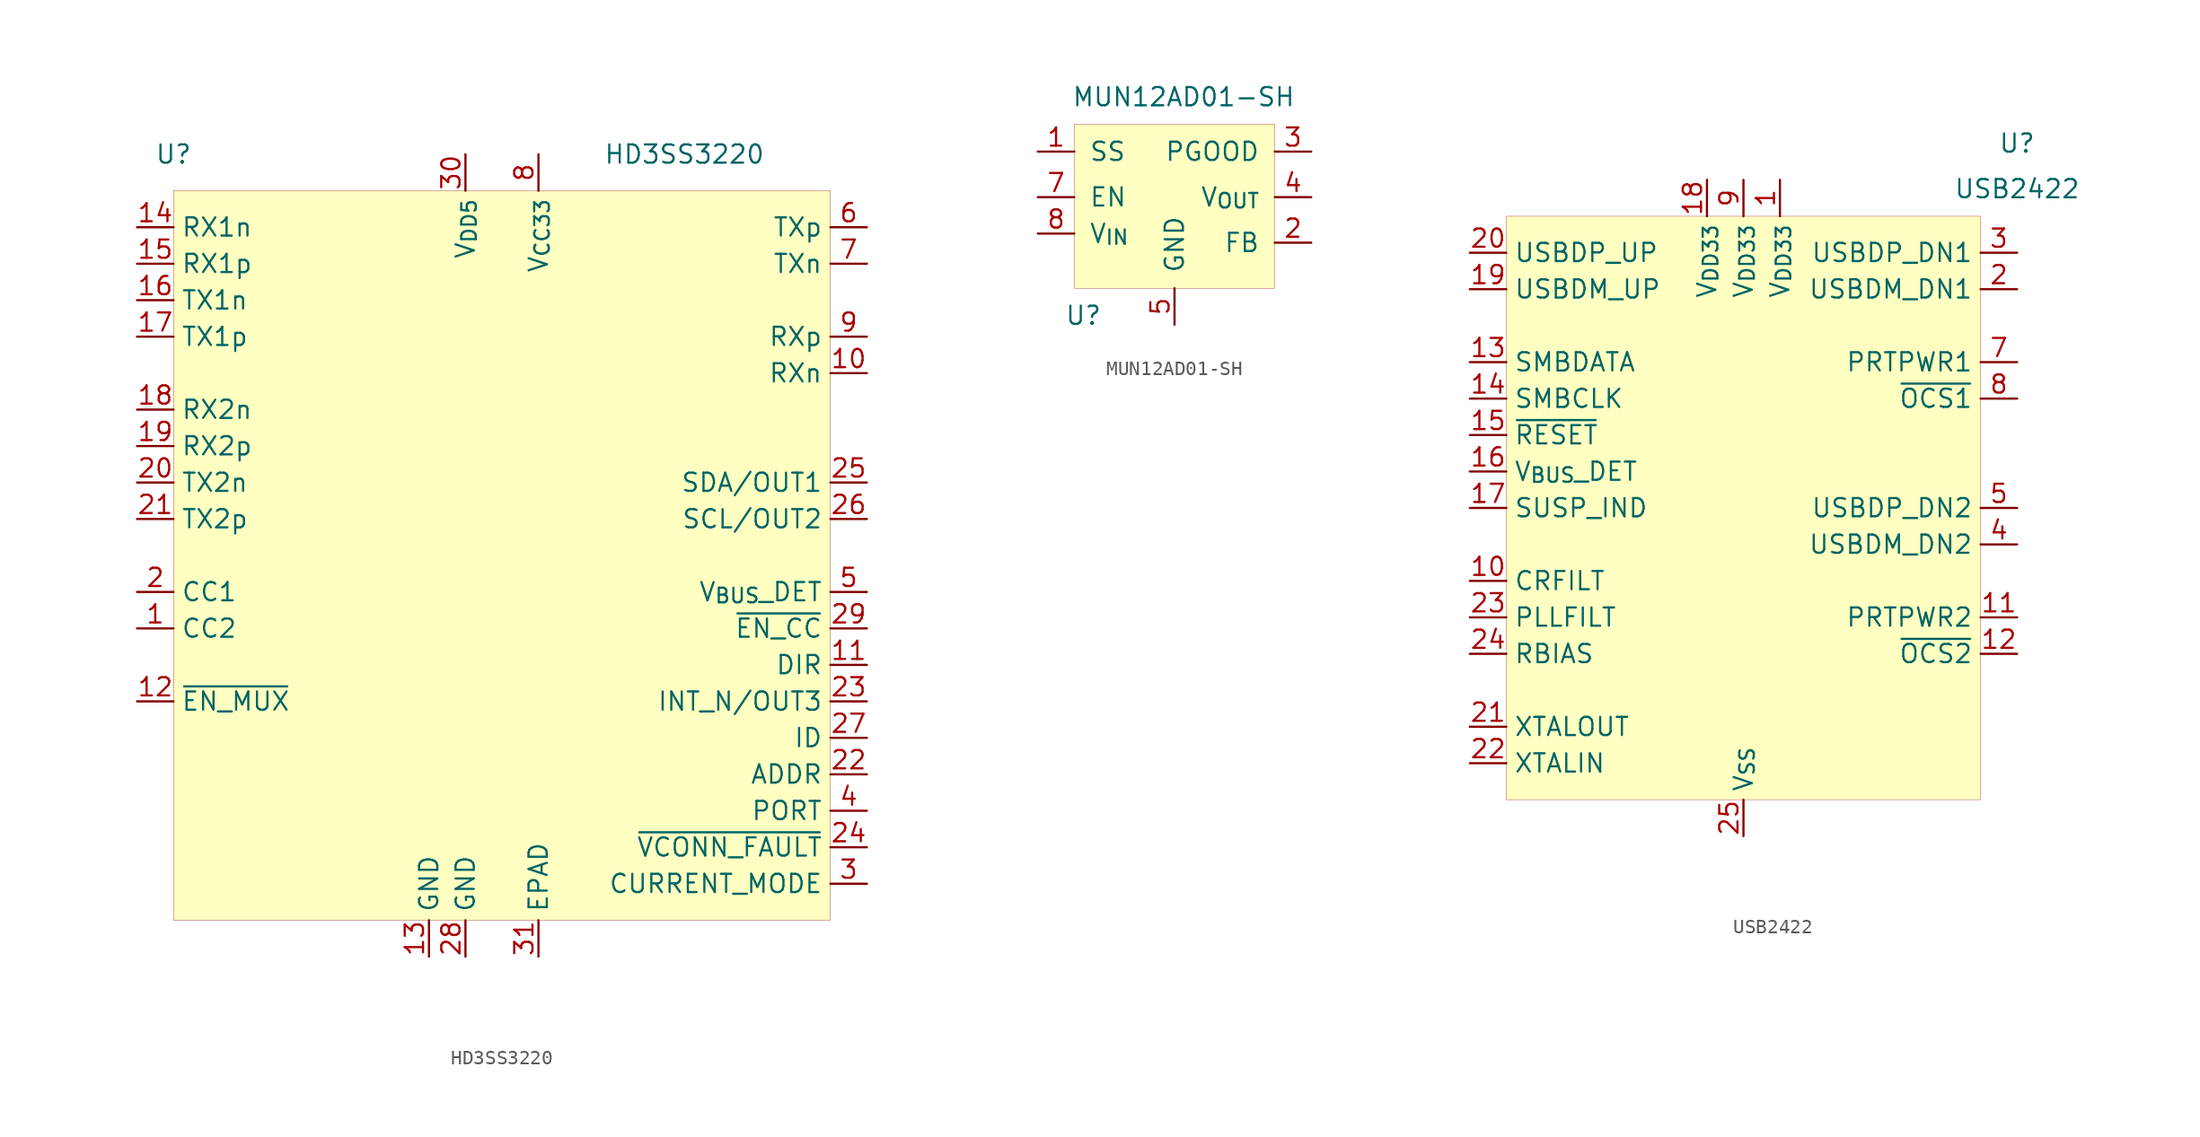
<source format=kicad_sym>
(kicad_symbol_lib
  (version 20220914)
  (generator kicad_symbol_editor)
  (symbol "HD3SS3220"
    (property "Reference" "U"
      (at -22.86 27.94 0)
      (effects (font (size 1.27 1.27))))
    (property "Value" "HD3SS3220"
      (at 12.7 27.94 0)
      (effects (font (size 1.27 1.27))))
    (symbol "HD3SS3220_0_0"
      (pin bidirectional line (at -25.4 -5.08 0) (length 2.54) (name "CC2" (effects (font (size 1.27 1.27)))) (number "1" (effects (font (size 1.27 1.27)))))
      (pin input line (at 25.4 12.7 180) (length 2.54) (name "RXn" (effects (font (size 1.27 1.27)))) (number "10" (effects (font (size 1.27 1.27)))))
      (pin output line (at 25.4 -7.62 180) (length 2.54) (name "DIR" (effects (font (size 1.27 1.27)))) (number "11" (effects (font (size 1.27 1.27)))))
      (pin input line (at -25.4 -10.16 0) (length 2.54) (name "~{EN_MUX}" (effects (font (size 1.27 1.27)))) (number "12" (effects (font (size 1.27 1.27)))))
      (pin power_in line (at -5.08 -27.94 90) (length 2.54) (name "GND" (effects (font (size 1.27 1.27)))) (number "13" (effects (font (size 1.27 1.27)))))
      (pin input line (at -25.4 22.86 0) (length 2.54) (name "RX1n" (effects (font (size 1.27 1.27)))) (number "14" (effects (font (size 1.27 1.27)))))
      (pin input line (at -25.4 20.32 0) (length 2.54) (name "RX1p" (effects (font (size 1.27 1.27)))) (number "15" (effects (font (size 1.27 1.27)))))
      (pin output line (at -25.4 17.78 0) (length 2.54) (name "TX1n" (effects (font (size 1.27 1.27)))) (number "16" (effects (font (size 1.27 1.27)))))
      (pin output line (at -25.4 15.24 0) (length 2.54) (name "TX1p" (effects (font (size 1.27 1.27)))) (number "17" (effects (font (size 1.27 1.27)))))
      (pin input line (at -25.4 10.16 0) (length 2.54) (name "RX2n" (effects (font (size 1.27 1.27)))) (number "18" (effects (font (size 1.27 1.27)))))
      (pin input line (at -25.4 7.62 0) (length 2.54) (name "RX2p" (effects (font (size 1.27 1.27)))) (number "19" (effects (font (size 1.27 1.27)))))
      (pin bidirectional line (at -25.4 -2.54 0) (length 2.54) (name "CC1" (effects (font (size 1.27 1.27)))) (number "2" (effects (font (size 1.27 1.27)))))
      (pin output line (at -25.4 5.08 0) (length 2.54) (name "TX2n" (effects (font (size 1.27 1.27)))) (number "20" (effects (font (size 1.27 1.27)))))
      (pin output line (at -25.4 2.54 0) (length 2.54) (name "TX2p" (effects (font (size 1.27 1.27)))) (number "21" (effects (font (size 1.27 1.27)))))
      (pin input line (at 25.4 -15.24 180) (length 2.54) (name "ADDR" (effects (font (size 1.27 1.27)))) (number "22" (effects (font (size 1.27 1.27)))))
      (pin output line (at 25.4 -10.16 180) (length 2.54) (name "INT_N/OUT3" (effects (font (size 1.27 1.27)))) (number "23" (effects (font (size 1.27 1.27)))))
      (pin output line (at 25.4 -20.32 180) (length 2.54) (name "~{VCONN_FAULT}" (effects (font (size 1.27 1.27)))) (number "24" (effects (font (size 1.27 1.27)))))
      (pin bidirectional line (at 25.4 5.08 180) (length 2.54) (name "SDA/OUT1" (effects (font (size 1.27 1.27)))) (number "25" (effects (font (size 1.27 1.27)))))
      (pin bidirectional line (at 25.4 2.54 180) (length 2.54) (name "SCL/OUT2" (effects (font (size 1.27 1.27)))) (number "26" (effects (font (size 1.27 1.27)))))
      (pin output line (at 25.4 -12.7 180) (length 2.54) (name "ID" (effects (font (size 1.27 1.27)))) (number "27" (effects (font (size 1.27 1.27)))))
      (pin power_in line (at -2.54 -27.94 90) (length 2.54) (name "GND" (effects (font (size 1.27 1.27)))) (number "28" (effects (font (size 1.27 1.27)))))
      (pin input line (at 25.4 -5.08 180) (length 2.54) (name "~{EN_CC}" (effects (font (size 1.27 1.27)))) (number "29" (effects (font (size 1.27 1.27)))))
      (pin input line (at 25.4 -22.86 180) (length 2.54) (name "CURRENT_MODE" (effects (font (size 1.27 1.27)))) (number "3" (effects (font (size 1.27 1.27)))))
      (pin power_in line (at -2.54 27.94 270) (length 2.54) (name "V_{DD5}" (effects (font (size 1.27 1.27)))) (number "30" (effects (font (size 1.27 1.27)))))
      (pin power_in line (at 2.54 -27.94 90) (length 2.54) (name "EPAD" (effects (font (size 1.27 1.27)))) (number "31" (effects (font (size 1.27 1.27)))))
      (pin input line (at 25.4 -17.78 180) (length 2.54) (name "PORT" (effects (font (size 1.27 1.27)))) (number "4" (effects (font (size 1.27 1.27)))))
      (pin output line (at 25.4 -2.54 180) (length 2.54) (name "V_{BUS}_DET" (effects (font (size 1.27 1.27)))) (number "5" (effects (font (size 1.27 1.27)))))
      (pin output line (at 25.4 22.86 180) (length 2.54) (name "TXp" (effects (font (size 1.27 1.27)))) (number "6" (effects (font (size 1.27 1.27)))))
      (pin input line (at 25.4 20.32 180) (length 2.54) (name "TXn" (effects (font (size 1.27 1.27)))) (number "7" (effects (font (size 1.27 1.27)))))
      (pin power_in line (at 2.54 27.94 270) (length 2.54) (name "V_{CC33}" (effects (font (size 1.27 1.27)))) (number "8" (effects (font (size 1.27 1.27)))))
      (pin input line (at 25.4 15.24 180) (length 2.54) (name "RXp" (effects (font (size 1.27 1.27)))) (number "9" (effects (font (size 1.27 1.27))))))
    (symbol "HD3SS3220_0_1"
      (rectangle (start -22.86 25.4) (end 22.86 -25.4) (stroke (width 0.001) (type default)) (fill (type background)))))
  (symbol "MUN12AD01-SH"
    (pin_names
      (offset 1.016))
    (property "Reference" "U"
      (at -6.35 -7.62 0)
      (effects (font (size 1.27 1.27))))
    (property "Value" "MUN12AD01-SH"
      (at 0.635 7.62 0)
      (effects (font (size 1.27 1.27))))
    (symbol "MUN12AD01-SH_0_0"
      (pin input line (at -9.525 3.81 0) (length 2.54) (name "SS" (effects (font (size 1.27 1.27)))) (number "1" (effects (font (size 1.27 1.27)))))
      (pin input line (at 9.525 -2.54 180) (length 2.54) (name "FB" (effects (font (size 1.27 1.27)))) (number "2" (effects (font (size 1.27 1.27)))))
      (pin output line (at 9.525 3.81 180) (length 2.54) (name "PGOOD" (effects (font (size 1.27 1.27)))) (number "3" (effects (font (size 1.27 1.27)))))
      (pin power_out line (at 9.525 0.635 180) (length 2.54) (name "V_{OUT}" (effects (font (size 1.27 1.27)))) (number "4" (effects (font (size 1.27 1.27)))))
      (pin power_in line (at 0 -8.255 90) (length 2.54) (name "GND" (effects (font (size 1.27 1.27)))) (number "5" (effects (font (size 1.27 1.27)))))
      (pin input line (at -9.525 0.635 0) (length 2.54) (name "EN" (effects (font (size 1.27 1.27)))) (number "7" (effects (font (size 1.27 1.27)))))
      (pin power_in line (at -9.525 -1.905 0) (length 2.54) (name "V_{IN}" (effects (font (size 1.27 1.27)))) (number "8" (effects (font (size 1.27 1.27)))))
      (pin passive line (at 0 -8.255 90) (length 2.54) hide (name "GND" (effects (font (size 1.27 1.27)))) (number "9" (effects (font (size 1.27 1.27))))))
    (symbol "MUN12AD01-SH_0_1"
      (rectangle (start -6.985 5.715) (end 6.985 -5.715) (stroke (width 0.001) (type default)) (fill (type background)))))
  (symbol "USB2422"
    (property "Reference" "U"
      (at 19.05 25.4 0)
      (effects (font (size 1.27 1.27))))
    (property "Value" "USB2422"
      (at 19.05 22.225 0)
      (effects (font (size 1.27 1.27))))
    (symbol "USB2422_0_0"
      (pin power_in line (at 2.54 22.86 270) (length 2.54) (name "V_{DD33}" (effects (font (size 1.27 1.27)))) (number "1" (effects (font (size 1.27 1.27)))))
      (pin passive line (at -19.05 -5.08 0) (length 2.54) (name "CRFILT" (effects (font (size 1.27 1.27)))) (number "10" (effects (font (size 1.27 1.27)))))
      (pin output line (at 19.05 -7.62 180) (length 2.54) (name "PRTPWR2" (effects (font (size 1.27 1.27)))) (number "11" (effects (font (size 1.27 1.27)))))
      (pin input line (at 19.05 -10.16 180) (length 2.54) (name "~{OCS2}" (effects (font (size 1.27 1.27)))) (number "12" (effects (font (size 1.27 1.27)))))
      (pin bidirectional line (at -19.05 10.16 0) (length 2.54) (name "SMBDATA" (effects (font (size 1.27 1.27)))) (number "13" (effects (font (size 1.27 1.27)))))
      (pin bidirectional line (at -19.05 7.62 0) (length 2.54) (name "SMBCLK" (effects (font (size 1.27 1.27)))) (number "14" (effects (font (size 1.27 1.27)))))
      (pin input line (at -19.05 5.08 0) (length 2.54) (name "~{RESET}" (effects (font (size 1.27 1.27)))) (number "15" (effects (font (size 1.27 1.27)))))
      (pin input line (at -19.05 2.54 0) (length 2.54) (name "V_{BUS}_DET" (effects (font (size 1.27 1.27)))) (number "16" (effects (font (size 1.27 1.27)))))
      (pin bidirectional line (at -19.05 0 0) (length 2.54) (name "SUSP_IND" (effects (font (size 1.27 1.27)))) (number "17" (effects (font (size 1.27 1.27)))))
      (pin power_in line (at -2.54 22.86 270) (length 2.54) (name "V_{DD33}" (effects (font (size 1.27 1.27)))) (number "18" (effects (font (size 1.27 1.27)))))
      (pin bidirectional line (at -19.05 15.24 0) (length 2.54) (name "USBDM_UP" (effects (font (size 1.27 1.27)))) (number "19" (effects (font (size 1.27 1.27)))))
      (pin bidirectional line (at 19.05 15.24 180) (length 2.54) (name "USBDM_DN1" (effects (font (size 1.27 1.27)))) (number "2" (effects (font (size 1.27 1.27)))))
      (pin bidirectional line (at -19.05 17.78 0) (length 2.54) (name "USBDP_UP" (effects (font (size 1.27 1.27)))) (number "20" (effects (font (size 1.27 1.27)))))
      (pin output line (at -19.05 -15.24 0) (length 2.54) (name "XTALOUT" (effects (font (size 1.27 1.27)))) (number "21" (effects (font (size 1.27 1.27)))))
      (pin input line (at -19.05 -17.78 0) (length 2.54) (name "XTALIN" (effects (font (size 1.27 1.27)))) (number "22" (effects (font (size 1.27 1.27)))))
      (pin passive line (at -19.05 -7.62 0) (length 2.54) (name "PLLFILT" (effects (font (size 1.27 1.27)))) (number "23" (effects (font (size 1.27 1.27)))))
      (pin passive line (at -19.05 -10.16 0) (length 2.54) (name "RBIAS" (effects (font (size 1.27 1.27)))) (number "24" (effects (font (size 1.27 1.27)))))
      (pin power_in line (at 0 -22.86 90) (length 2.54) (name "V_{SS}" (effects (font (size 1.27 1.27)))) (number "25" (effects (font (size 1.27 1.27)))))
      (pin bidirectional line (at 19.05 17.78 180) (length 2.54) (name "USBDP_DN1" (effects (font (size 1.27 1.27)))) (number "3" (effects (font (size 1.27 1.27)))))
      (pin bidirectional line (at 19.05 -2.54 180) (length 2.54) (name "USBDM_DN2" (effects (font (size 1.27 1.27)))) (number "4" (effects (font (size 1.27 1.27)))))
      (pin bidirectional line (at 19.05 0 180) (length 2.54) (name "USBDP_DN2" (effects (font (size 1.27 1.27)))) (number "5" (effects (font (size 1.27 1.27)))))
      (pin output line (at 19.05 10.16 180) (length 2.54) (name "PRTPWR1" (effects (font (size 1.27 1.27)))) (number "7" (effects (font (size 1.27 1.27)))))
      (pin input line (at 19.05 7.62 180) (length 2.54) (name "~{OCS1}" (effects (font (size 1.27 1.27)))) (number "8" (effects (font (size 1.27 1.27)))))
      (pin power_in line (at 0 22.86 270) (length 2.54) (name "V_{DD33}" (effects (font (size 1.27 1.27)))) (number "9" (effects (font (size 1.27 1.27))))))
    (symbol "USB2422_0_1"
      (rectangle (start -16.51 20.32) (end 16.51 -20.32) (stroke (width 0.001) (type default)) (fill (type background))))))
</source>
